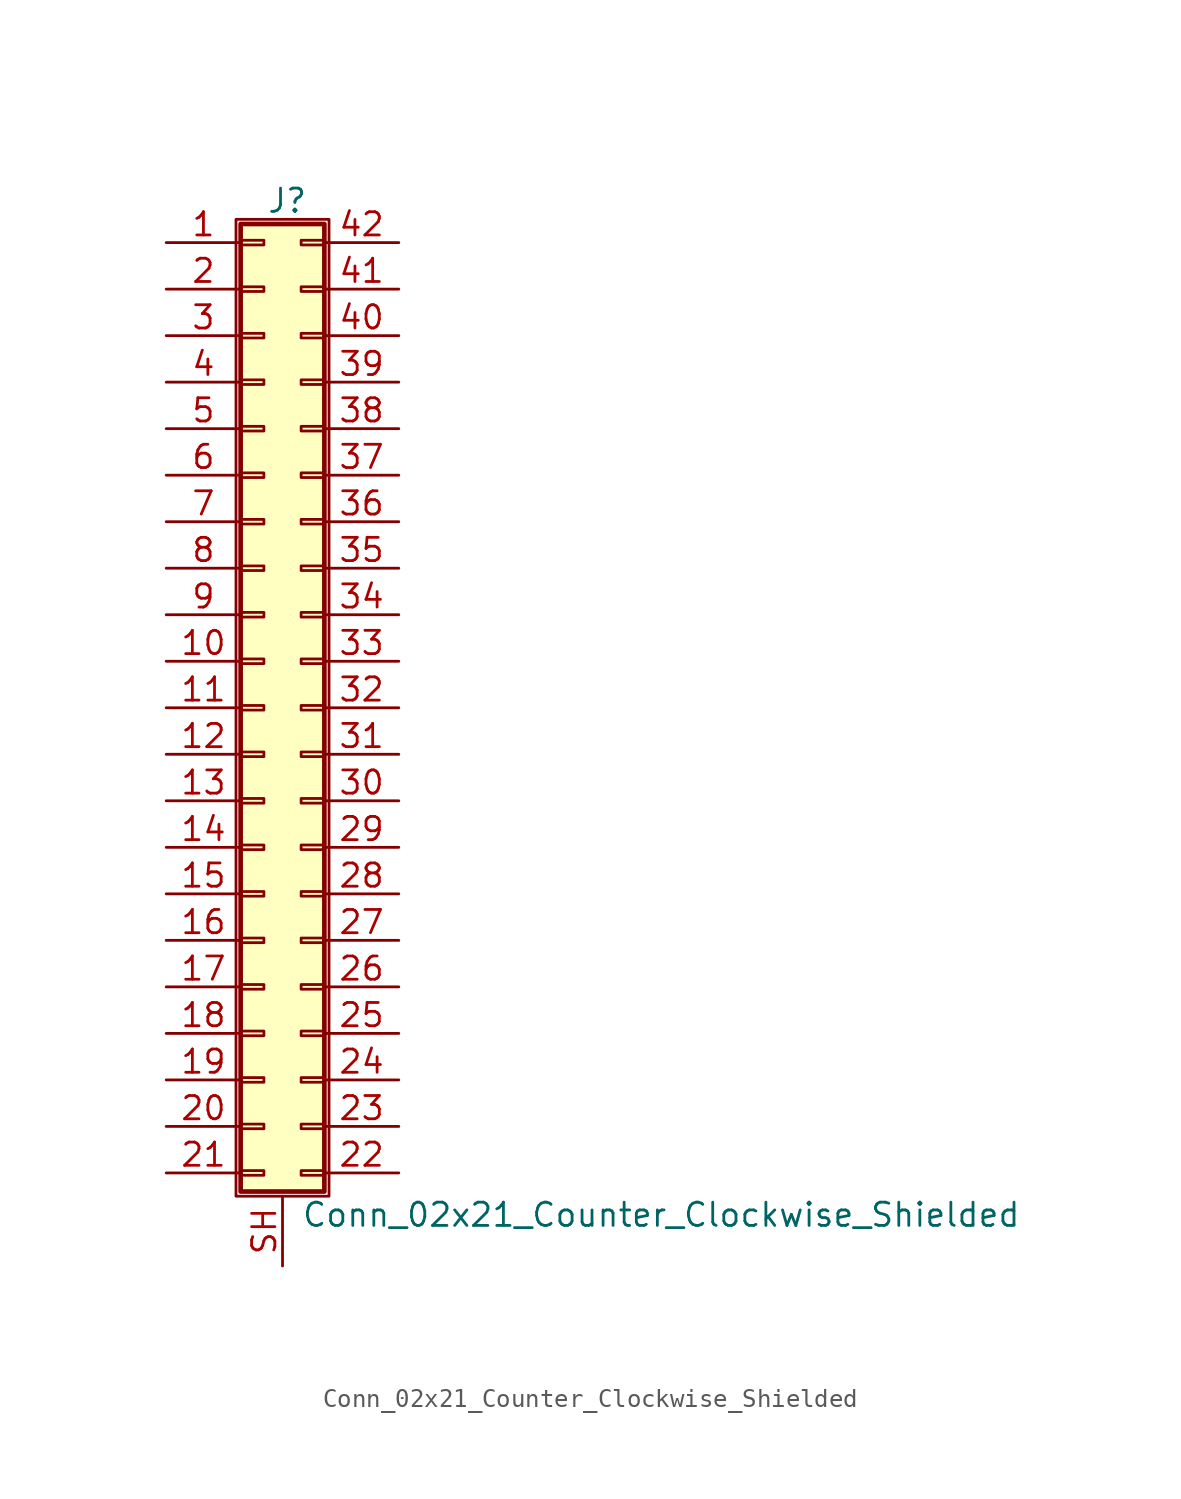
<source format=kicad_sym>
(kicad_symbol_lib
  (version 20201005)
  (generator kicad_symbol_editor)
  (symbol "Conn_02x21_Counter_Clockwise_Shielded"
    (pin_names
      (offset 1.016) hide)
    (property "Reference" "J"
      (at 1.524 27.686 0)
      (effects (font (size 1.27 1.27))))
    (property "Value" "Conn_02x21_Counter_Clockwise_Shielded"
      (at 2.286 -27.686 0)
      (effects (font (size 1.27 1.27)) (justify left)))
    (symbol "Conn_02x21_Counter_Clockwise_Shielded_1_1"
      (rectangle (start -1.27 26.67) (end 3.81 -26.67) (stroke (width 0.152)) (fill (type none)))
      (rectangle (start -1.016 -25.273) (end 0.254 -25.527) (stroke (width 0.152)) (fill (type none)))
      (rectangle (start -1.016 -22.733) (end 0.254 -22.987) (stroke (width 0.152)) (fill (type none)))
      (rectangle (start -1.016 -20.193) (end 0.254 -20.447) (stroke (width 0.152)) (fill (type none)))
      (rectangle (start -1.016 -17.653) (end 0.254 -17.907) (stroke (width 0.152)) (fill (type none)))
      (rectangle (start -1.016 -15.113) (end 0.254 -15.367) (stroke (width 0.152)) (fill (type none)))
      (rectangle (start -1.016 -12.573) (end 0.254 -12.827) (stroke (width 0.152)) (fill (type none)))
      (rectangle (start -1.016 -10.033) (end 0.254 -10.287) (stroke (width 0.152)) (fill (type none)))
      (rectangle (start -1.016 -7.493) (end 0.254 -7.747) (stroke (width 0.152)) (fill (type none)))
      (rectangle (start -1.016 -4.953) (end 0.254 -5.207) (stroke (width 0.152)) (fill (type none)))
      (rectangle (start -1.016 -2.413) (end 0.254 -2.667) (stroke (width 0.152)) (fill (type none)))
      (rectangle (start -1.016 0.127) (end 0.254 -0.127) (stroke (width 0.152)) (fill (type none)))
      (rectangle (start -1.016 2.667) (end 0.254 2.413) (stroke (width 0.152)) (fill (type none)))
      (rectangle (start -1.016 5.207) (end 0.254 4.953) (stroke (width 0.152)) (fill (type none)))
      (rectangle (start -1.016 7.747) (end 0.254 7.493) (stroke (width 0.152)) (fill (type none)))
      (rectangle (start -1.016 10.287) (end 0.254 10.033) (stroke (width 0.152)) (fill (type none)))
      (rectangle (start -1.016 12.827) (end 0.254 12.573) (stroke (width 0.152)) (fill (type none)))
      (rectangle (start -1.016 15.367) (end 0.254 15.113) (stroke (width 0.152)) (fill (type none)))
      (rectangle (start -1.016 17.907) (end 0.254 17.653) (stroke (width 0.152)) (fill (type none)))
      (rectangle (start -1.016 20.447) (end 0.254 20.193) (stroke (width 0.152)) (fill (type none)))
      (rectangle (start -1.016 22.987) (end 0.254 22.733) (stroke (width 0.152)) (fill (type none)))
      (rectangle (start -1.016 25.527) (end 0.254 25.273) (stroke (width 0.152)) (fill (type none)))
      (rectangle (start 3.556 -25.273) (end 2.286 -25.527) (stroke (width 0.152)) (fill (type none)))
      (rectangle (start 3.556 -22.733) (end 2.286 -22.987) (stroke (width 0.152)) (fill (type none)))
      (rectangle (start 3.556 -20.193) (end 2.286 -20.447) (stroke (width 0.152)) (fill (type none)))
      (rectangle (start 3.556 -17.653) (end 2.286 -17.907) (stroke (width 0.152)) (fill (type none)))
      (rectangle (start 3.556 -15.113) (end 2.286 -15.367) (stroke (width 0.152)) (fill (type none)))
      (rectangle (start 3.556 -12.573) (end 2.286 -12.827) (stroke (width 0.152)) (fill (type none)))
      (rectangle (start 3.556 -10.033) (end 2.286 -10.287) (stroke (width 0.152)) (fill (type none)))
      (rectangle (start 3.556 -7.493) (end 2.286 -7.747) (stroke (width 0.152)) (fill (type none)))
      (rectangle (start 3.556 -4.953) (end 2.286 -5.207) (stroke (width 0.152)) (fill (type none)))
      (rectangle (start 3.556 -2.413) (end 2.286 -2.667) (stroke (width 0.152)) (fill (type none)))
      (rectangle (start 3.556 0.127) (end 2.286 -0.127) (stroke (width 0.152)) (fill (type none)))
      (rectangle (start 3.556 2.667) (end 2.286 2.413) (stroke (width 0.152)) (fill (type none)))
      (rectangle (start 3.556 5.207) (end 2.286 4.953) (stroke (width 0.152)) (fill (type none)))
      (rectangle (start 3.556 7.747) (end 2.286 7.493) (stroke (width 0.152)) (fill (type none)))
      (rectangle (start 3.556 10.287) (end 2.286 10.033) (stroke (width 0.152)) (fill (type none)))
      (rectangle (start 3.556 12.827) (end 2.286 12.573) (stroke (width 0.152)) (fill (type none)))
      (rectangle (start 3.556 15.367) (end 2.286 15.113) (stroke (width 0.152)) (fill (type none)))
      (rectangle (start 3.556 17.907) (end 2.286 17.653) (stroke (width 0.152)) (fill (type none)))
      (rectangle (start 3.556 20.447) (end 2.286 20.193) (stroke (width 0.152)) (fill (type none)))
      (rectangle (start 3.556 22.987) (end 2.286 22.733) (stroke (width 0.152)) (fill (type none)))
      (rectangle (start 3.556 25.527) (end 2.286 25.273) (stroke (width 0.152)) (fill (type none)))
      (rectangle (start -1.016 26.416) (end 3.556 -26.416) (stroke (width 0.254)) (fill (type background)))
      (pin passive line (at -5.08 25.4 0) (length 4.064) (name "Pin_1" (effects (font (size 1.27 1.27)))) (number "1" (effects (font (size 1.27 1.27)))))
      (pin passive line (at -5.08 2.54 0) (length 4.064) (name "Pin_10" (effects (font (size 1.27 1.27)))) (number "10" (effects (font (size 1.27 1.27)))))
      (pin passive line (at -5.08 0 0) (length 4.064) (name "Pin_11" (effects (font (size 1.27 1.27)))) (number "11" (effects (font (size 1.27 1.27)))))
      (pin passive line (at -5.08 -2.54 0) (length 4.064) (name "Pin_12" (effects (font (size 1.27 1.27)))) (number "12" (effects (font (size 1.27 1.27)))))
      (pin passive line (at -5.08 -5.08 0) (length 4.064) (name "Pin_13" (effects (font (size 1.27 1.27)))) (number "13" (effects (font (size 1.27 1.27)))))
      (pin passive line (at -5.08 -7.62 0) (length 4.064) (name "Pin_14" (effects (font (size 1.27 1.27)))) (number "14" (effects (font (size 1.27 1.27)))))
      (pin passive line (at -5.08 -10.16 0) (length 4.064) (name "Pin_15" (effects (font (size 1.27 1.27)))) (number "15" (effects (font (size 1.27 1.27)))))
      (pin passive line (at -5.08 -12.7 0) (length 4.064) (name "Pin_16" (effects (font (size 1.27 1.27)))) (number "16" (effects (font (size 1.27 1.27)))))
      (pin passive line (at -5.08 -15.24 0) (length 4.064) (name "Pin_17" (effects (font (size 1.27 1.27)))) (number "17" (effects (font (size 1.27 1.27)))))
      (pin passive line (at -5.08 -17.78 0) (length 4.064) (name "Pin_18" (effects (font (size 1.27 1.27)))) (number "18" (effects (font (size 1.27 1.27)))))
      (pin passive line (at -5.08 -20.32 0) (length 4.064) (name "Pin_19" (effects (font (size 1.27 1.27)))) (number "19" (effects (font (size 1.27 1.27)))))
      (pin passive line (at -5.08 22.86 0) (length 4.064) (name "Pin_2" (effects (font (size 1.27 1.27)))) (number "2" (effects (font (size 1.27 1.27)))))
      (pin passive line (at -5.08 -22.86 0) (length 4.064) (name "Pin_20" (effects (font (size 1.27 1.27)))) (number "20" (effects (font (size 1.27 1.27)))))
      (pin passive line (at -5.08 -25.4 0) (length 4.064) (name "Pin_21" (effects (font (size 1.27 1.27)))) (number "21" (effects (font (size 1.27 1.27)))))
      (pin passive line (at 7.62 -25.4 180) (length 4.064) (name "Pin_22" (effects (font (size 1.27 1.27)))) (number "22" (effects (font (size 1.27 1.27)))))
      (pin passive line (at 7.62 -22.86 180) (length 4.064) (name "Pin_23" (effects (font (size 1.27 1.27)))) (number "23" (effects (font (size 1.27 1.27)))))
      (pin passive line (at 7.62 -20.32 180) (length 4.064) (name "Pin_24" (effects (font (size 1.27 1.27)))) (number "24" (effects (font (size 1.27 1.27)))))
      (pin passive line (at 7.62 -17.78 180) (length 4.064) (name "Pin_25" (effects (font (size 1.27 1.27)))) (number "25" (effects (font (size 1.27 1.27)))))
      (pin passive line (at 7.62 -15.24 180) (length 4.064) (name "Pin_26" (effects (font (size 1.27 1.27)))) (number "26" (effects (font (size 1.27 1.27)))))
      (pin passive line (at 7.62 -12.7 180) (length 4.064) (name "Pin_27" (effects (font (size 1.27 1.27)))) (number "27" (effects (font (size 1.27 1.27)))))
      (pin passive line (at 7.62 -10.16 180) (length 4.064) (name "Pin_28" (effects (font (size 1.27 1.27)))) (number "28" (effects (font (size 1.27 1.27)))))
      (pin passive line (at 7.62 -7.62 180) (length 4.064) (name "Pin_29" (effects (font (size 1.27 1.27)))) (number "29" (effects (font (size 1.27 1.27)))))
      (pin passive line (at -5.08 20.32 0) (length 4.064) (name "Pin_3" (effects (font (size 1.27 1.27)))) (number "3" (effects (font (size 1.27 1.27)))))
      (pin passive line (at 7.62 -5.08 180) (length 4.064) (name "Pin_30" (effects (font (size 1.27 1.27)))) (number "30" (effects (font (size 1.27 1.27)))))
      (pin passive line (at 7.62 -2.54 180) (length 4.064) (name "Pin_31" (effects (font (size 1.27 1.27)))) (number "31" (effects (font (size 1.27 1.27)))))
      (pin passive line (at 7.62 0 180) (length 4.064) (name "Pin_32" (effects (font (size 1.27 1.27)))) (number "32" (effects (font (size 1.27 1.27)))))
      (pin passive line (at 7.62 2.54 180) (length 4.064) (name "Pin_33" (effects (font (size 1.27 1.27)))) (number "33" (effects (font (size 1.27 1.27)))))
      (pin passive line (at 7.62 5.08 180) (length 4.064) (name "Pin_34" (effects (font (size 1.27 1.27)))) (number "34" (effects (font (size 1.27 1.27)))))
      (pin passive line (at 7.62 7.62 180) (length 4.064) (name "Pin_35" (effects (font (size 1.27 1.27)))) (number "35" (effects (font (size 1.27 1.27)))))
      (pin passive line (at 7.62 10.16 180) (length 4.064) (name "Pin_36" (effects (font (size 1.27 1.27)))) (number "36" (effects (font (size 1.27 1.27)))))
      (pin passive line (at 7.62 12.7 180) (length 4.064) (name "Pin_37" (effects (font (size 1.27 1.27)))) (number "37" (effects (font (size 1.27 1.27)))))
      (pin passive line (at 7.62 15.24 180) (length 4.064) (name "Pin_38" (effects (font (size 1.27 1.27)))) (number "38" (effects (font (size 1.27 1.27)))))
      (pin passive line (at 7.62 17.78 180) (length 4.064) (name "Pin_39" (effects (font (size 1.27 1.27)))) (number "39" (effects (font (size 1.27 1.27)))))
      (pin passive line (at -5.08 17.78 0) (length 4.064) (name "Pin_4" (effects (font (size 1.27 1.27)))) (number "4" (effects (font (size 1.27 1.27)))))
      (pin passive line (at 7.62 20.32 180) (length 4.064) (name "Pin_40" (effects (font (size 1.27 1.27)))) (number "40" (effects (font (size 1.27 1.27)))))
      (pin passive line (at 7.62 22.86 180) (length 4.064) (name "Pin_41" (effects (font (size 1.27 1.27)))) (number "41" (effects (font (size 1.27 1.27)))))
      (pin passive line (at 7.62 25.4 180) (length 4.064) (name "Pin_42" (effects (font (size 1.27 1.27)))) (number "42" (effects (font (size 1.27 1.27)))))
      (pin passive line (at -5.08 15.24 0) (length 4.064) (name "Pin_5" (effects (font (size 1.27 1.27)))) (number "5" (effects (font (size 1.27 1.27)))))
      (pin passive line (at -5.08 12.7 0) (length 4.064) (name "Pin_6" (effects (font (size 1.27 1.27)))) (number "6" (effects (font (size 1.27 1.27)))))
      (pin passive line (at -5.08 10.16 0) (length 4.064) (name "Pin_7" (effects (font (size 1.27 1.27)))) (number "7" (effects (font (size 1.27 1.27)))))
      (pin passive line (at -5.08 7.62 0) (length 4.064) (name "Pin_8" (effects (font (size 1.27 1.27)))) (number "8" (effects (font (size 1.27 1.27)))))
      (pin passive line (at -5.08 5.08 0) (length 4.064) (name "Pin_9" (effects (font (size 1.27 1.27)))) (number "9" (effects (font (size 1.27 1.27)))))
      (pin passive line (at 1.27 -30.48 90) (length 3.81) (name "Shield" (effects (font (size 1.27 1.27)))) (number "SH" (effects (font (size 1.27 1.27))))))))
</source>
